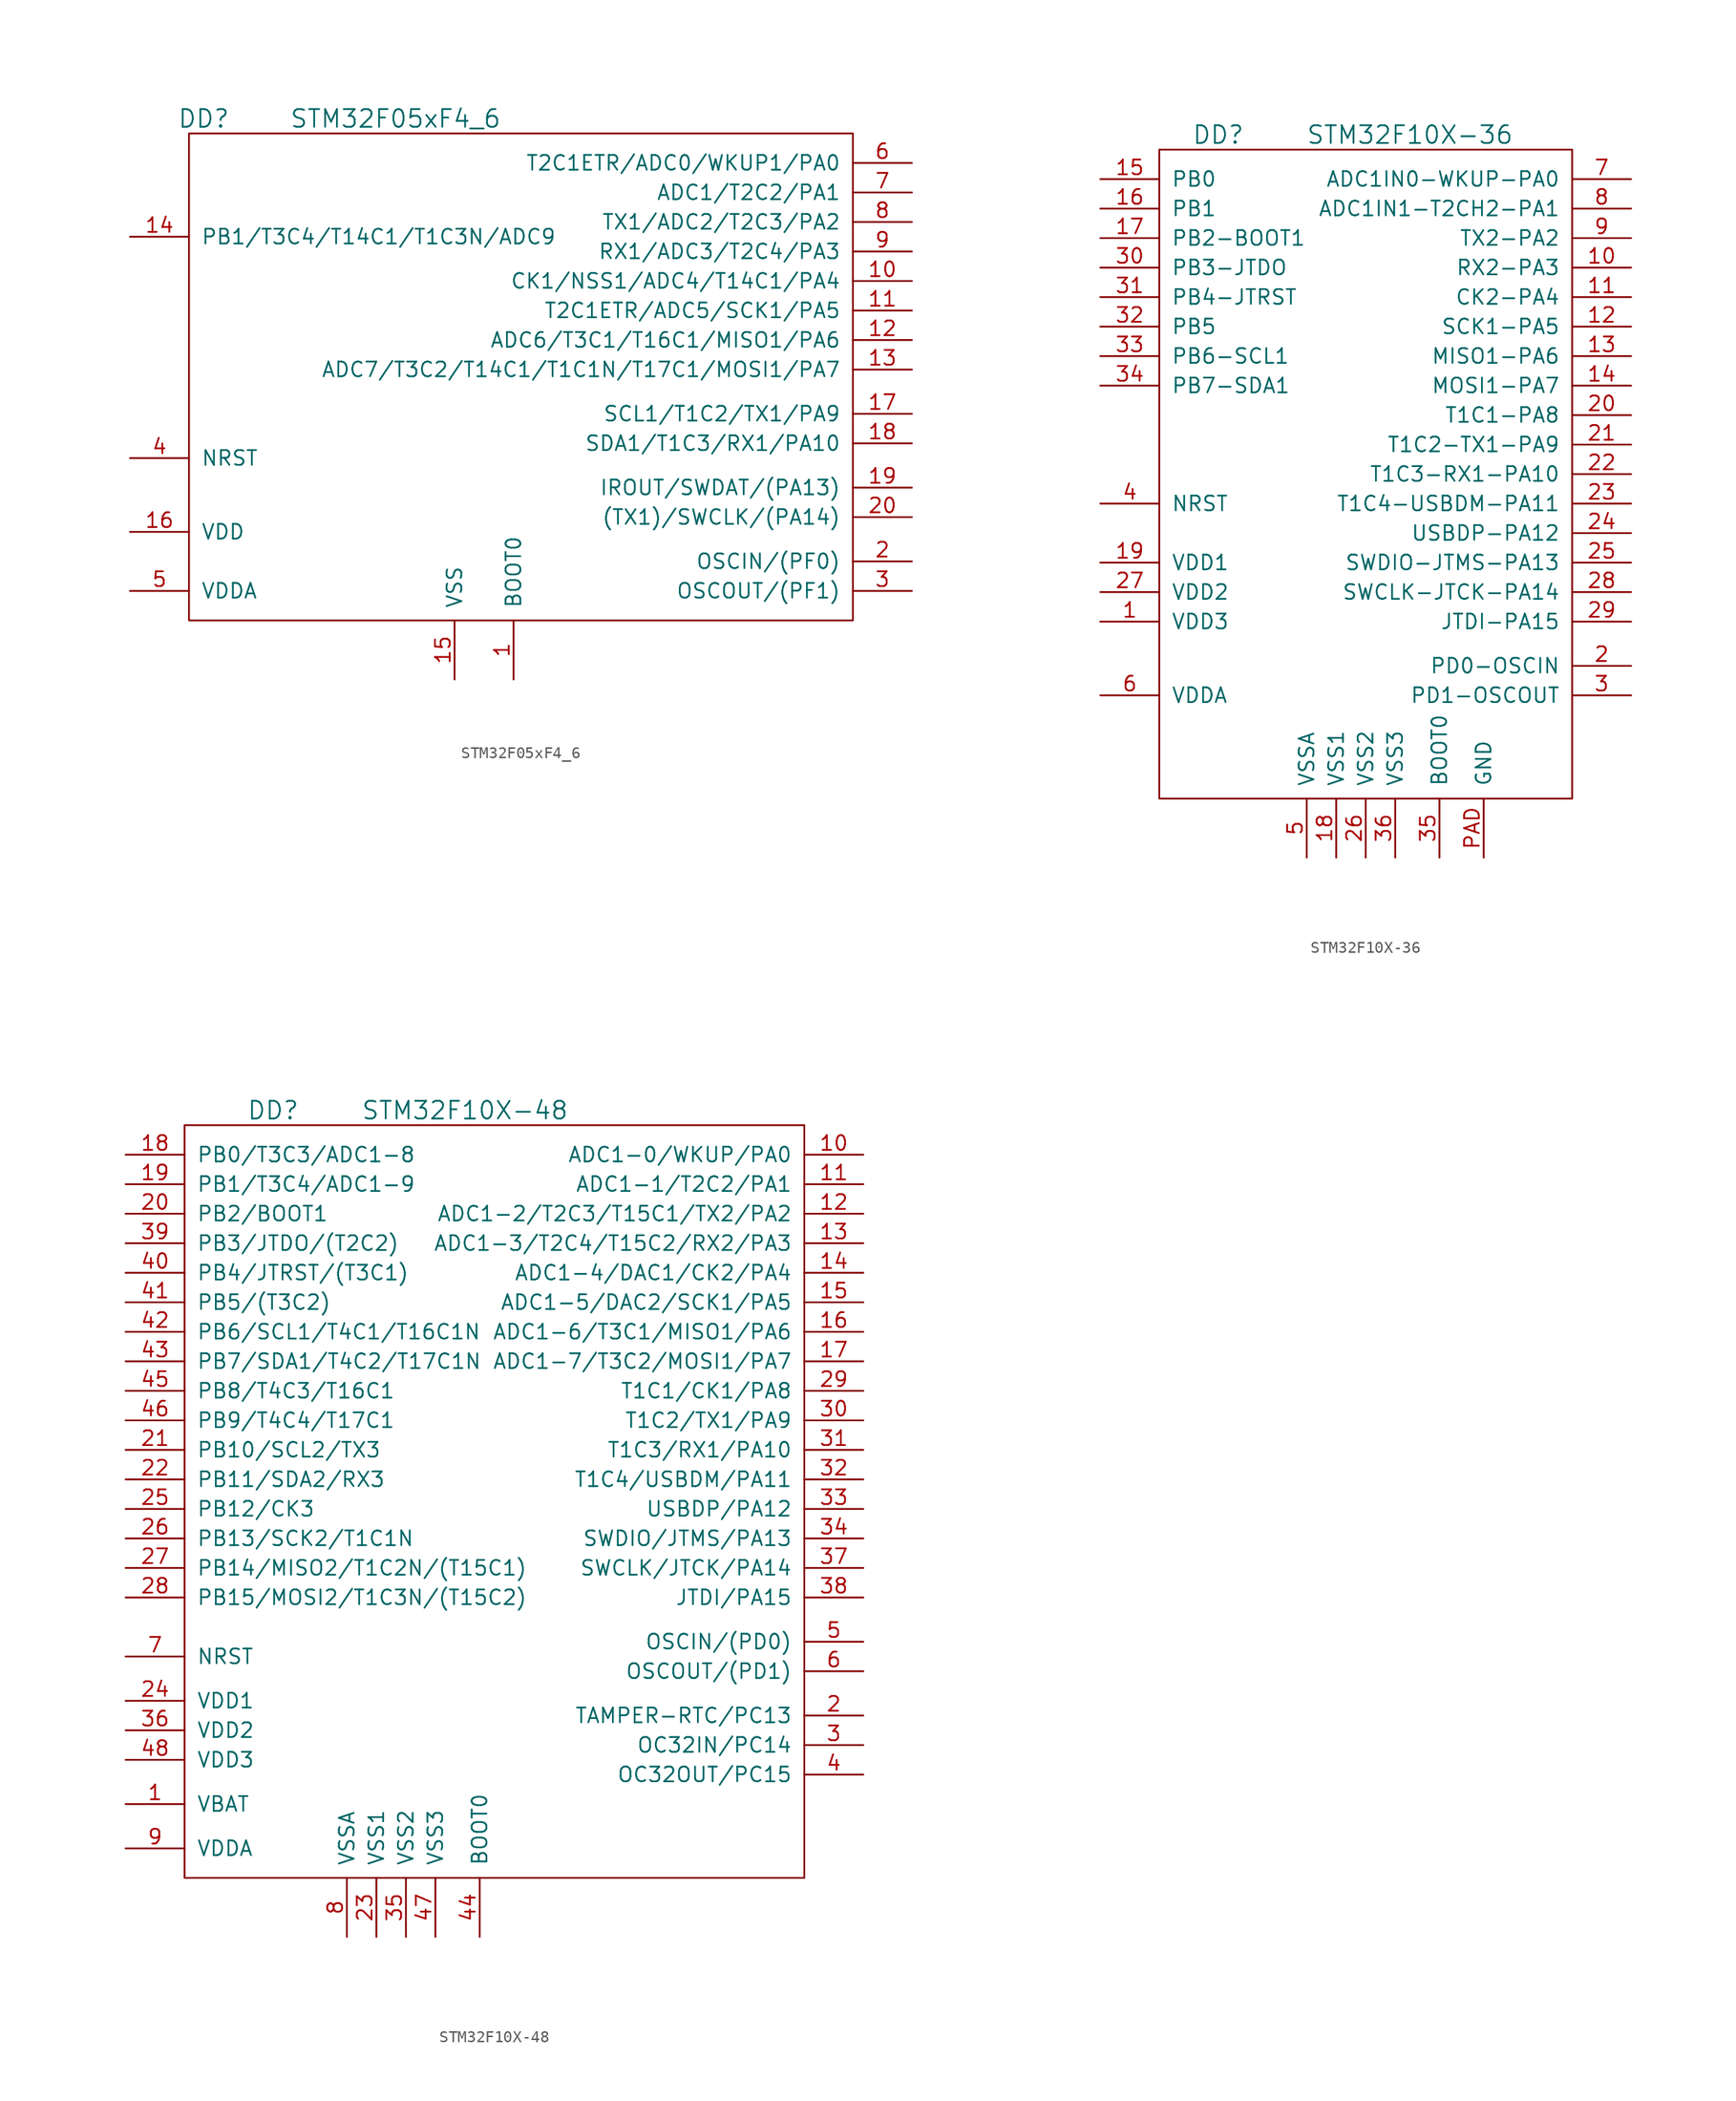
<source format=kicad_sym>
(kicad_symbol_lib
  (version 20201005)
  (generator kicad_symbol_editor)
  (symbol "st_kl:STM32F05xF4_6"
    (pin_names
      (offset 1.016))
    (property "Reference" "DD"
      (at -26.67 33.02 0)
      (effects (font (size 1.524 1.524))))
    (property "Value" "STM32F05xF4_6"
      (at -10.16 33.02 0)
      (effects (font (size 1.524 1.524))))
    (property "Footprint" ""
      (at -7.62 -1.27 0)
      (effects (font (size 1.524 1.524))))
    (property "Datasheet" ""
      (at -7.62 -1.27 0)
      (effects (font (size 1.524 1.524))))
    (symbol "STM32F05xF4_6_0_1"
      (rectangle (start 29.21 31.75) (end -27.94 -10.16) (stroke (width 0)) (fill (type none))))
    (symbol "STM32F05xF4_6_1_1"
      (pin passive line (at 0 -15.24 90) (length 5.08) (name "BOOT0" (effects (font (size 1.27 1.27)))) (number "1" (effects (font (size 1.27 1.27)))))
      (pin passive line (at 34.29 19.05 180) (length 5.08) (name "CK1/NSS1/ADC4/T14C1/PA4" (effects (font (size 1.27 1.27)))) (number "10" (effects (font (size 1.27 1.27)))))
      (pin passive line (at 34.29 16.51 180) (length 5.08) (name "T2C1ETR/ADC5/SCK1/PA5" (effects (font (size 1.27 1.27)))) (number "11" (effects (font (size 1.27 1.27)))))
      (pin passive line (at 34.29 13.97 180) (length 5.08) (name "ADC6/T3C1/T16C1/MISO1/PA6" (effects (font (size 1.27 1.27)))) (number "12" (effects (font (size 1.27 1.27)))))
      (pin passive line (at 34.29 11.43 180) (length 5.08) (name "ADC7/T3C2/T14C1/T1C1N/T17C1/MOSI1/PA7" (effects (font (size 1.27 1.27)))) (number "13" (effects (font (size 1.27 1.27)))))
      (pin passive line (at -33.02 22.86 0) (length 5.08) (name "PB1/T3C4/T14C1/T1C3N/ADC9" (effects (font (size 1.27 1.27)))) (number "14" (effects (font (size 1.27 1.27)))))
      (pin power_in line (at -5.08 -15.24 90) (length 5.08) (name "VSS" (effects (font (size 1.27 1.27)))) (number "15" (effects (font (size 1.27 1.27)))))
      (pin power_in line (at -33.02 -2.54 0) (length 5.08) (name "VDD" (effects (font (size 1.27 1.27)))) (number "16" (effects (font (size 1.27 1.27)))))
      (pin passive line (at 34.29 7.62 180) (length 5.08) (name "SCL1/T1C2/TX1/PA9" (effects (font (size 1.27 1.27)))) (number "17" (effects (font (size 1.27 1.27)))))
      (pin passive line (at 34.29 5.08 180) (length 5.08) (name "SDA1/T1C3/RX1/PA10" (effects (font (size 1.27 1.27)))) (number "18" (effects (font (size 1.27 1.27)))))
      (pin passive line (at 34.29 1.27 180) (length 5.08) (name "IROUT/SWDAT/(PA13)" (effects (font (size 1.27 1.27)))) (number "19" (effects (font (size 1.27 1.27)))))
      (pin passive line (at 34.29 -5.08 180) (length 5.08) (name "OSCIN/(PF0)" (effects (font (size 1.27 1.27)))) (number "2" (effects (font (size 1.27 1.27)))))
      (pin passive line (at 34.29 -1.27 180) (length 5.08) (name "(TX1)/SWCLK/(PA14)" (effects (font (size 1.27 1.27)))) (number "20" (effects (font (size 1.27 1.27)))))
      (pin passive line (at 34.29 -7.62 180) (length 5.08) (name "OSCOUT/(PF1)" (effects (font (size 1.27 1.27)))) (number "3" (effects (font (size 1.27 1.27)))))
      (pin passive line (at -33.02 3.81 0) (length 5.08) (name "NRST" (effects (font (size 1.27 1.27)))) (number "4" (effects (font (size 1.27 1.27)))))
      (pin power_in line (at -33.02 -7.62 0) (length 5.08) (name "VDDA" (effects (font (size 1.27 1.27)))) (number "5" (effects (font (size 1.27 1.27)))))
      (pin passive line (at 34.29 29.21 180) (length 5.08) (name "T2C1ETR/ADC0/WKUP1/PA0" (effects (font (size 1.27 1.27)))) (number "6" (effects (font (size 1.27 1.27)))))
      (pin passive line (at 34.29 26.67 180) (length 5.08) (name "ADC1/T2C2/PA1" (effects (font (size 1.27 1.27)))) (number "7" (effects (font (size 1.27 1.27)))))
      (pin passive line (at 34.29 24.13 180) (length 5.08) (name "TX1/ADC2/T2C3/PA2" (effects (font (size 1.27 1.27)))) (number "8" (effects (font (size 1.27 1.27)))))
      (pin passive line (at 34.29 21.59 180) (length 5.08) (name "RX1/ADC3/T2C4/PA3" (effects (font (size 1.27 1.27)))) (number "9" (effects (font (size 1.27 1.27)))))))
  (symbol "st_kl:STM32F10X-36"
    (pin_names
      (offset 1.016))
    (property "Reference" "DD"
      (at -12.7 34.29 0)
      (effects (font (size 1.524 1.524))))
    (property "Value" "STM32F10X-36"
      (at 3.81 34.29 0)
      (effects (font (size 1.524 1.524))))
    (property "Footprint" ""
      (at 0 0 0)
      (effects (font (size 1.524 1.524))))
    (property "Datasheet" ""
      (at 0 0 0)
      (effects (font (size 1.524 1.524))))
    (symbol "STM32F10X-36_0_1"
      (rectangle (start -17.78 33.02) (end 17.78 -22.86) (stroke (width 0)) (fill (type none))))
    (symbol "STM32F10X-36_1_1"
      (pin power_in line (at -22.86 -7.62 0) (length 5.08) (name "VDD3" (effects (font (size 1.27 1.27)))) (number "1" (effects (font (size 1.27 1.27)))))
      (pin passive line (at 22.86 22.86 180) (length 5.08) (name "RX2-PA3" (effects (font (size 1.27 1.27)))) (number "10" (effects (font (size 1.27 1.27)))))
      (pin passive line (at 22.86 20.32 180) (length 5.08) (name "CK2-PA4" (effects (font (size 1.27 1.27)))) (number "11" (effects (font (size 1.27 1.27)))))
      (pin passive line (at 22.86 17.78 180) (length 5.08) (name "SCK1-PA5" (effects (font (size 1.27 1.27)))) (number "12" (effects (font (size 1.27 1.27)))))
      (pin passive line (at 22.86 15.24 180) (length 5.08) (name "MISO1-PA6" (effects (font (size 1.27 1.27)))) (number "13" (effects (font (size 1.27 1.27)))))
      (pin passive line (at 22.86 12.7 180) (length 5.08) (name "MOSI1-PA7" (effects (font (size 1.27 1.27)))) (number "14" (effects (font (size 1.27 1.27)))))
      (pin passive line (at -22.86 30.48 0) (length 5.08) (name "PB0" (effects (font (size 1.27 1.27)))) (number "15" (effects (font (size 1.27 1.27)))))
      (pin passive line (at -22.86 27.94 0) (length 5.08) (name "PB1" (effects (font (size 1.27 1.27)))) (number "16" (effects (font (size 1.27 1.27)))))
      (pin passive line (at -22.86 25.4 0) (length 5.08) (name "PB2-BOOT1" (effects (font (size 1.27 1.27)))) (number "17" (effects (font (size 1.27 1.27)))))
      (pin power_in line (at -2.54 -27.94 90) (length 5.08) (name "VSS1" (effects (font (size 1.27 1.27)))) (number "18" (effects (font (size 1.27 1.27)))))
      (pin power_in line (at -22.86 -2.54 0) (length 5.08) (name "VDD1" (effects (font (size 1.27 1.27)))) (number "19" (effects (font (size 1.27 1.27)))))
      (pin passive line (at 22.86 -11.43 180) (length 5.08) (name "PD0-OSCIN" (effects (font (size 1.27 1.27)))) (number "2" (effects (font (size 1.27 1.27)))))
      (pin passive line (at 22.86 10.16 180) (length 5.08) (name "T1C1-PA8" (effects (font (size 1.27 1.27)))) (number "20" (effects (font (size 1.27 1.27)))))
      (pin passive line (at 22.86 7.62 180) (length 5.08) (name "T1C2-TX1-PA9" (effects (font (size 1.27 1.27)))) (number "21" (effects (font (size 1.27 1.27)))))
      (pin passive line (at 22.86 5.08 180) (length 5.08) (name "T1C3-RX1-PA10" (effects (font (size 1.27 1.27)))) (number "22" (effects (font (size 1.27 1.27)))))
      (pin passive line (at 22.86 2.54 180) (length 5.08) (name "T1C4-USBDM-PA11" (effects (font (size 1.27 1.27)))) (number "23" (effects (font (size 1.27 1.27)))))
      (pin passive line (at 22.86 0 180) (length 5.08) (name "USBDP-PA12" (effects (font (size 1.27 1.27)))) (number "24" (effects (font (size 1.27 1.27)))))
      (pin passive line (at 22.86 -2.54 180) (length 5.08) (name "SWDIO-JTMS-PA13" (effects (font (size 1.27 1.27)))) (number "25" (effects (font (size 1.27 1.27)))))
      (pin power_in line (at 0 -27.94 90) (length 5.08) (name "VSS2" (effects (font (size 1.27 1.27)))) (number "26" (effects (font (size 1.27 1.27)))))
      (pin power_in line (at -22.86 -5.08 0) (length 5.08) (name "VDD2" (effects (font (size 1.27 1.27)))) (number "27" (effects (font (size 1.27 1.27)))))
      (pin passive line (at 22.86 -5.08 180) (length 5.08) (name "SWCLK-JTCK-PA14" (effects (font (size 1.27 1.27)))) (number "28" (effects (font (size 1.27 1.27)))))
      (pin passive line (at 22.86 -7.62 180) (length 5.08) (name "JTDI-PA15" (effects (font (size 1.27 1.27)))) (number "29" (effects (font (size 1.27 1.27)))))
      (pin passive line (at 22.86 -13.97 180) (length 5.08) (name "PD1-OSCOUT" (effects (font (size 1.27 1.27)))) (number "3" (effects (font (size 1.27 1.27)))))
      (pin passive line (at -22.86 22.86 0) (length 5.08) (name "PB3-JTDO" (effects (font (size 1.27 1.27)))) (number "30" (effects (font (size 1.27 1.27)))))
      (pin passive line (at -22.86 20.32 0) (length 5.08) (name "PB4-JTRST" (effects (font (size 1.27 1.27)))) (number "31" (effects (font (size 1.27 1.27)))))
      (pin passive line (at -22.86 17.78 0) (length 5.08) (name "PB5" (effects (font (size 1.27 1.27)))) (number "32" (effects (font (size 1.27 1.27)))))
      (pin passive line (at -22.86 15.24 0) (length 5.08) (name "PB6-SCL1" (effects (font (size 1.27 1.27)))) (number "33" (effects (font (size 1.27 1.27)))))
      (pin passive line (at -22.86 12.7 0) (length 5.08) (name "PB7-SDA1" (effects (font (size 1.27 1.27)))) (number "34" (effects (font (size 1.27 1.27)))))
      (pin passive line (at 6.35 -27.94 90) (length 5.08) (name "BOOT0" (effects (font (size 1.27 1.27)))) (number "35" (effects (font (size 1.27 1.27)))))
      (pin power_in line (at 2.54 -27.94 90) (length 5.08) (name "VSS3" (effects (font (size 1.27 1.27)))) (number "36" (effects (font (size 1.27 1.27)))))
      (pin passive line (at -22.86 2.54 0) (length 5.08) (name "NRST" (effects (font (size 1.27 1.27)))) (number "4" (effects (font (size 1.27 1.27)))))
      (pin power_in line (at -5.08 -27.94 90) (length 5.08) (name "VSSA" (effects (font (size 1.27 1.27)))) (number "5" (effects (font (size 1.27 1.27)))))
      (pin power_in line (at -22.86 -13.97 0) (length 5.08) (name "VDDA" (effects (font (size 1.27 1.27)))) (number "6" (effects (font (size 1.27 1.27)))))
      (pin passive line (at 22.86 30.48 180) (length 5.08) (name "ADC1IN0-WKUP-PA0" (effects (font (size 1.27 1.27)))) (number "7" (effects (font (size 1.27 1.27)))))
      (pin passive line (at 22.86 27.94 180) (length 5.08) (name "ADC1IN1-T2CH2-PA1" (effects (font (size 1.27 1.27)))) (number "8" (effects (font (size 1.27 1.27)))))
      (pin passive line (at 22.86 25.4 180) (length 5.08) (name "TX2-PA2" (effects (font (size 1.27 1.27)))) (number "9" (effects (font (size 1.27 1.27)))))
      (pin power_in line (at 10.16 -27.94 90) (length 5.08) (name "GND" (effects (font (size 1.27 1.27)))) (number "PAD" (effects (font (size 1.27 1.27)))))))
  (symbol "st_kl:STM32F10X-48"
    (pin_names
      (offset 1.016))
    (property "Reference" "DD"
      (at -19.05 34.29 0)
      (effects (font (size 1.524 1.524))))
    (property "Value" "STM32F10X-48"
      (at -2.54 34.29 0)
      (effects (font (size 1.524 1.524))))
    (property "Footprint" ""
      (at 0 0 0)
      (effects (font (size 1.524 1.524))))
    (property "Datasheet" ""
      (at 0 0 0)
      (effects (font (size 1.524 1.524))))
    (symbol "STM32F10X-48_0_1"
      (rectangle (start -26.67 33.02) (end 26.67 -31.75) (stroke (width 0)) (fill (type none))))
    (symbol "STM32F10X-48_1_1"
      (pin power_in line (at -31.75 -25.4 0) (length 5.08) (name "VBAT" (effects (font (size 1.27 1.27)))) (number "1" (effects (font (size 1.27 1.27)))))
      (pin passive line (at 31.75 30.48 180) (length 5.08) (name "ADC1-0/WKUP/PA0" (effects (font (size 1.27 1.27)))) (number "10" (effects (font (size 1.27 1.27)))))
      (pin passive line (at 31.75 27.94 180) (length 5.08) (name "ADC1-1/T2C2/PA1" (effects (font (size 1.27 1.27)))) (number "11" (effects (font (size 1.27 1.27)))))
      (pin passive line (at 31.75 25.4 180) (length 5.08) (name "ADC1-2/T2C3/T15C1/TX2/PA2" (effects (font (size 1.27 1.27)))) (number "12" (effects (font (size 1.27 1.27)))))
      (pin passive line (at 31.75 22.86 180) (length 5.08) (name "ADC1-3/T2C4/T15C2/RX2/PA3" (effects (font (size 1.27 1.27)))) (number "13" (effects (font (size 1.27 1.27)))))
      (pin passive line (at 31.75 20.32 180) (length 5.08) (name "ADC1-4/DAC1/CK2/PA4" (effects (font (size 1.27 1.27)))) (number "14" (effects (font (size 1.27 1.27)))))
      (pin passive line (at 31.75 17.78 180) (length 5.08) (name "ADC1-5/DAC2/SCK1/PA5" (effects (font (size 1.27 1.27)))) (number "15" (effects (font (size 1.27 1.27)))))
      (pin passive line (at 31.75 15.24 180) (length 5.08) (name "ADC1-6/T3C1/MISO1/PA6" (effects (font (size 1.27 1.27)))) (number "16" (effects (font (size 1.27 1.27)))))
      (pin passive line (at 31.75 12.7 180) (length 5.08) (name "ADC1-7/T3C2/MOSI1/PA7" (effects (font (size 1.27 1.27)))) (number "17" (effects (font (size 1.27 1.27)))))
      (pin passive line (at -31.75 30.48 0) (length 5.08) (name "PB0/T3C3/ADC1-8" (effects (font (size 1.27 1.27)))) (number "18" (effects (font (size 1.27 1.27)))))
      (pin passive line (at -31.75 27.94 0) (length 5.08) (name "PB1/T3C4/ADC1-9" (effects (font (size 1.27 1.27)))) (number "19" (effects (font (size 1.27 1.27)))))
      (pin passive line (at 31.75 -17.78 180) (length 5.08) (name "TAMPER-RTC/PC13" (effects (font (size 1.27 1.27)))) (number "2" (effects (font (size 1.27 1.27)))))
      (pin passive line (at -31.75 25.4 0) (length 5.08) (name "PB2/BOOT1" (effects (font (size 1.27 1.27)))) (number "20" (effects (font (size 1.27 1.27)))))
      (pin passive line (at -31.75 5.08 0) (length 5.08) (name "PB10/SCL2/TX3" (effects (font (size 1.27 1.27)))) (number "21" (effects (font (size 1.27 1.27)))))
      (pin passive line (at -31.75 2.54 0) (length 5.08) (name "PB11/SDA2/RX3" (effects (font (size 1.27 1.27)))) (number "22" (effects (font (size 1.27 1.27)))))
      (pin power_in line (at -10.16 -36.83 90) (length 5.08) (name "VSS1" (effects (font (size 1.27 1.27)))) (number "23" (effects (font (size 1.27 1.27)))))
      (pin power_in line (at -31.75 -16.51 0) (length 5.08) (name "VDD1" (effects (font (size 1.27 1.27)))) (number "24" (effects (font (size 1.27 1.27)))))
      (pin passive line (at -31.75 0 0) (length 5.08) (name "PB12/CK3" (effects (font (size 1.27 1.27)))) (number "25" (effects (font (size 1.27 1.27)))))
      (pin passive line (at -31.75 -2.54 0) (length 5.08) (name "PB13/SCK2/T1C1N" (effects (font (size 1.27 1.27)))) (number "26" (effects (font (size 1.27 1.27)))))
      (pin passive line (at -31.75 -5.08 0) (length 5.08) (name "PB14/MISO2/T1C2N/(T15C1)" (effects (font (size 1.27 1.27)))) (number "27" (effects (font (size 1.27 1.27)))))
      (pin passive line (at -31.75 -7.62 0) (length 5.08) (name "PB15/MOSI2/T1C3N/(T15C2)" (effects (font (size 1.27 1.27)))) (number "28" (effects (font (size 1.27 1.27)))))
      (pin passive line (at 31.75 10.16 180) (length 5.08) (name "T1C1/CK1/PA8" (effects (font (size 1.27 1.27)))) (number "29" (effects (font (size 1.27 1.27)))))
      (pin passive line (at 31.75 -20.32 180) (length 5.08) (name "OC32IN/PC14" (effects (font (size 1.27 1.27)))) (number "3" (effects (font (size 1.27 1.27)))))
      (pin passive line (at 31.75 7.62 180) (length 5.08) (name "T1C2/TX1/PA9" (effects (font (size 1.27 1.27)))) (number "30" (effects (font (size 1.27 1.27)))))
      (pin passive line (at 31.75 5.08 180) (length 5.08) (name "T1C3/RX1/PA10" (effects (font (size 1.27 1.27)))) (number "31" (effects (font (size 1.27 1.27)))))
      (pin passive line (at 31.75 2.54 180) (length 5.08) (name "T1C4/USBDM/PA11" (effects (font (size 1.27 1.27)))) (number "32" (effects (font (size 1.27 1.27)))))
      (pin passive line (at 31.75 0 180) (length 5.08) (name "USBDP/PA12" (effects (font (size 1.27 1.27)))) (number "33" (effects (font (size 1.27 1.27)))))
      (pin passive line (at 31.75 -2.54 180) (length 5.08) (name "SWDIO/JTMS/PA13" (effects (font (size 1.27 1.27)))) (number "34" (effects (font (size 1.27 1.27)))))
      (pin power_in line (at -7.62 -36.83 90) (length 5.08) (name "VSS2" (effects (font (size 1.27 1.27)))) (number "35" (effects (font (size 1.27 1.27)))))
      (pin power_in line (at -31.75 -19.05 0) (length 5.08) (name "VDD2" (effects (font (size 1.27 1.27)))) (number "36" (effects (font (size 1.27 1.27)))))
      (pin passive line (at 31.75 -5.08 180) (length 5.08) (name "SWCLK/JTCK/PA14" (effects (font (size 1.27 1.27)))) (number "37" (effects (font (size 1.27 1.27)))))
      (pin passive line (at 31.75 -7.62 180) (length 5.08) (name "JTDI/PA15" (effects (font (size 1.27 1.27)))) (number "38" (effects (font (size 1.27 1.27)))))
      (pin passive line (at -31.75 22.86 0) (length 5.08) (name "PB3/JTDO/(T2C2)" (effects (font (size 1.27 1.27)))) (number "39" (effects (font (size 1.27 1.27)))))
      (pin passive line (at 31.75 -22.86 180) (length 5.08) (name "OC32OUT/PC15" (effects (font (size 1.27 1.27)))) (number "4" (effects (font (size 1.27 1.27)))))
      (pin passive line (at -31.75 20.32 0) (length 5.08) (name "PB4/JTRST/(T3C1)" (effects (font (size 1.27 1.27)))) (number "40" (effects (font (size 1.27 1.27)))))
      (pin passive line (at -31.75 17.78 0) (length 5.08) (name "PB5/(T3C2)" (effects (font (size 1.27 1.27)))) (number "41" (effects (font (size 1.27 1.27)))))
      (pin passive line (at -31.75 15.24 0) (length 5.08) (name "PB6/SCL1/T4C1/T16C1N" (effects (font (size 1.27 1.27)))) (number "42" (effects (font (size 1.27 1.27)))))
      (pin passive line (at -31.75 12.7 0) (length 5.08) (name "PB7/SDA1/T4C2/T17C1N" (effects (font (size 1.27 1.27)))) (number "43" (effects (font (size 1.27 1.27)))))
      (pin passive line (at -1.27 -36.83 90) (length 5.08) (name "BOOT0" (effects (font (size 1.27 1.27)))) (number "44" (effects (font (size 1.27 1.27)))))
      (pin passive line (at -31.75 10.16 0) (length 5.08) (name "PB8/T4C3/T16C1" (effects (font (size 1.27 1.27)))) (number "45" (effects (font (size 1.27 1.27)))))
      (pin passive line (at -31.75 7.62 0) (length 5.08) (name "PB9/T4C4/T17C1" (effects (font (size 1.27 1.27)))) (number "46" (effects (font (size 1.27 1.27)))))
      (pin power_in line (at -5.08 -36.83 90) (length 5.08) (name "VSS3" (effects (font (size 1.27 1.27)))) (number "47" (effects (font (size 1.27 1.27)))))
      (pin power_in line (at -31.75 -21.59 0) (length 5.08) (name "VDD3" (effects (font (size 1.27 1.27)))) (number "48" (effects (font (size 1.27 1.27)))))
      (pin passive line (at 31.75 -11.43 180) (length 5.08) (name "OSCIN/(PD0)" (effects (font (size 1.27 1.27)))) (number "5" (effects (font (size 1.27 1.27)))))
      (pin passive line (at 31.75 -13.97 180) (length 5.08) (name "OSCOUT/(PD1)" (effects (font (size 1.27 1.27)))) (number "6" (effects (font (size 1.27 1.27)))))
      (pin passive line (at -31.75 -12.7 0) (length 5.08) (name "NRST" (effects (font (size 1.27 1.27)))) (number "7" (effects (font (size 1.27 1.27)))))
      (pin power_in line (at -12.7 -36.83 90) (length 5.08) (name "VSSA" (effects (font (size 1.27 1.27)))) (number "8" (effects (font (size 1.27 1.27)))))
      (pin power_in line (at -31.75 -29.21 0) (length 5.08) (name "VDDA" (effects (font (size 1.27 1.27)))) (number "9" (effects (font (size 1.27 1.27))))))))
</source>
